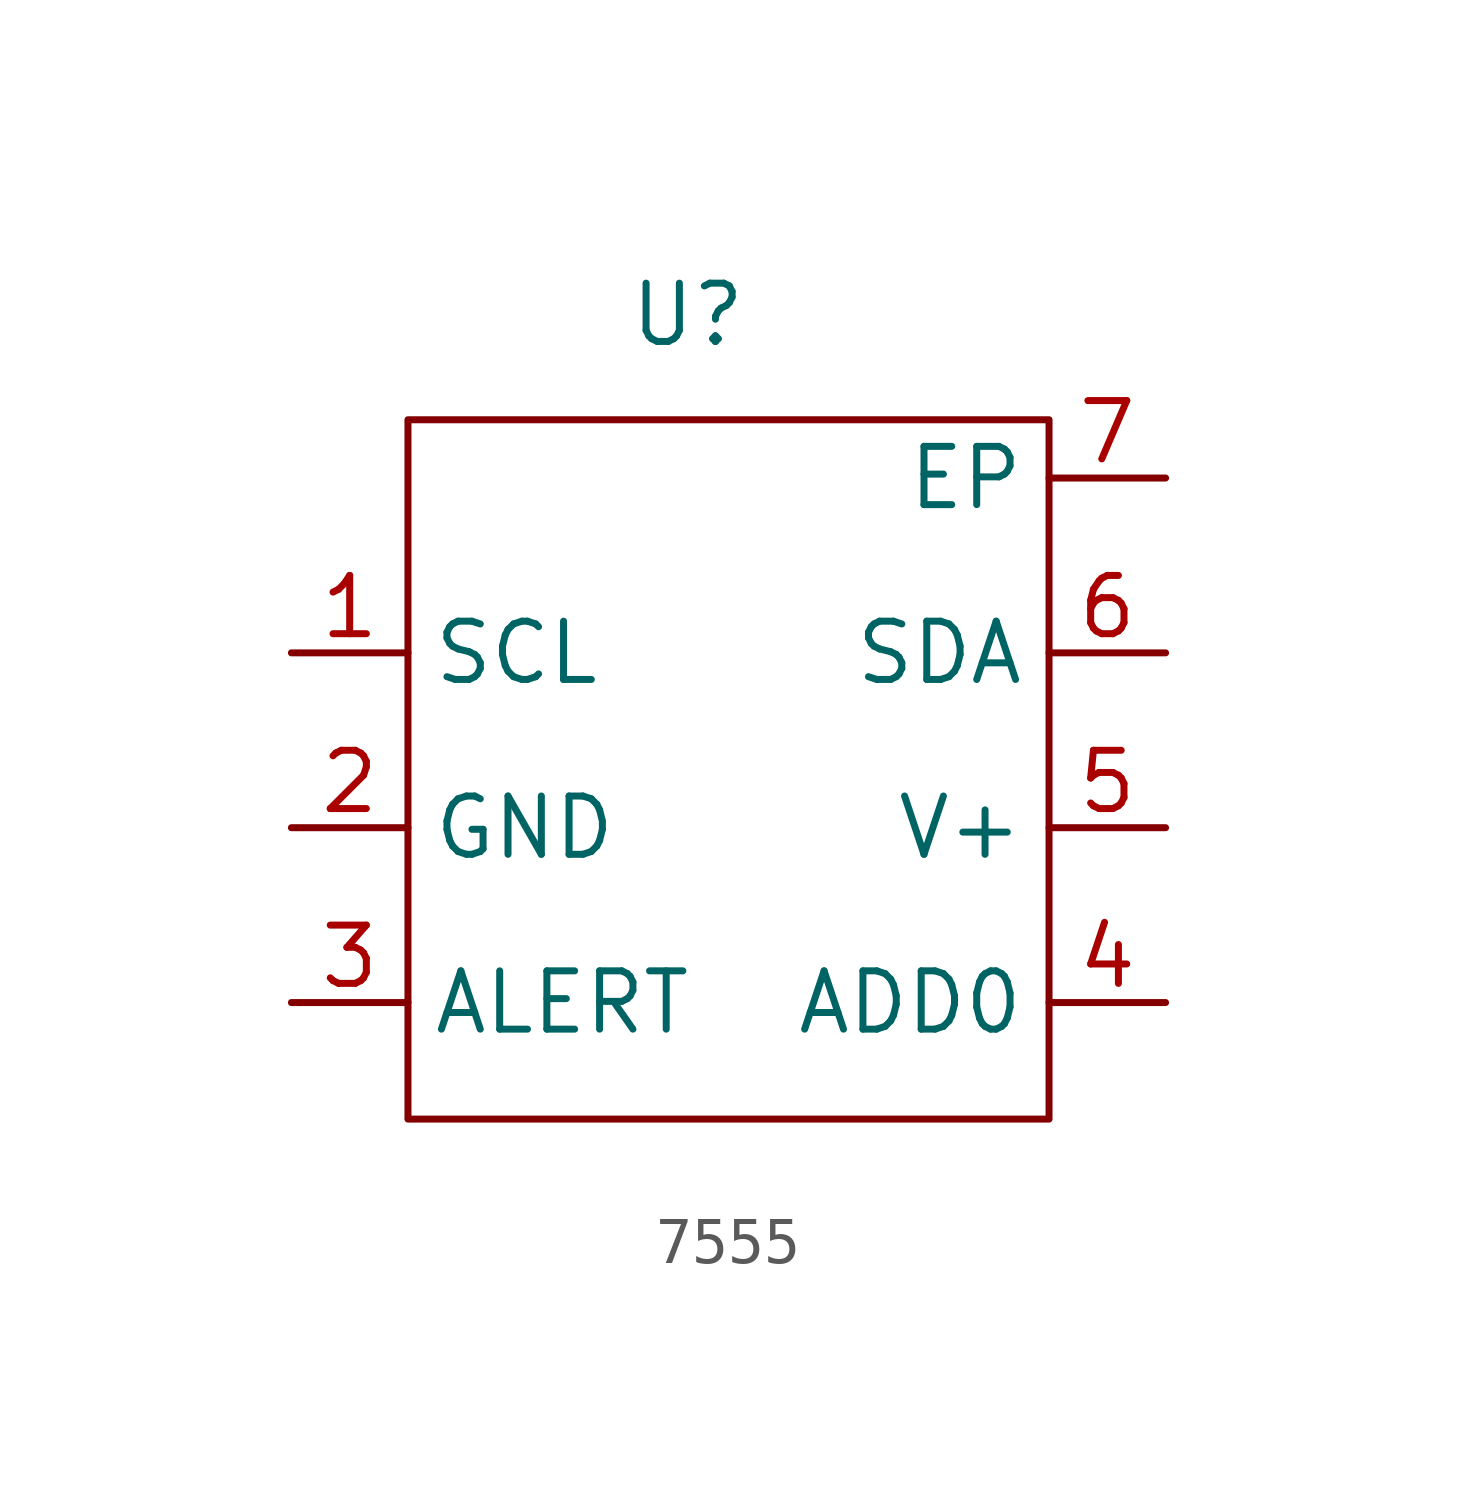
<source format=kicad_sym>
(kicad_symbol_lib
  (version 20241209)
  (generator "kicad_symbol_editor")
  (generator_version "9.0")
  (symbol "7555"
    (property "Reference" "U"
      (at -0.254 9.906 0)
      (effects (font (size 1.27 1.27))))
    (property "Value" ""
      (at 0 0 0)
      (effects (font (size 1.27 1.27))))
    (symbol "7555_0_1"
      (rectangle (start -6.35 7.62) (end 7.62 -7.62) (stroke (width 0) (type default)) (fill (type none))))
    (symbol "7555_1_1"
      (pin input line (at -8.89 2.54 0) (length 2.54) (name "SCL" (effects (font (size 1.27 1.27)))) (number "1" (effects (font (size 1.27 1.27)))))
      (pin output line (at -8.89 -1.27 0) (length 2.54) (name "GND" (effects (font (size 1.27 1.27)))) (number "2" (effects (font (size 1.27 1.27)))))
      (pin input line (at -8.89 -5.08 0) (length 2.54) (name "ALERT" (effects (font (size 1.27 1.27)))) (number "3" (effects (font (size 1.27 1.27)))))
      (pin input line (at 10.16 6.35 180) (length 2.54) (name "EP" (effects (font (size 1.27 1.27)))) (number "7" (effects (font (size 1.27 1.27)))))
      (pin input line (at 10.16 2.54 180) (length 2.54) (name "SDA" (effects (font (size 1.27 1.27)))) (number "6" (effects (font (size 1.27 1.27)))))
      (pin input line (at 10.16 -1.27 180) (length 2.54) (name "V+" (effects (font (size 1.27 1.27)))) (number "5" (effects (font (size 1.27 1.27)))))
      (pin input line (at 10.16 -5.08 180) (length 2.54) (name "ADD0" (effects (font (size 1.27 1.27)))) (number "4" (effects (font (size 1.27 1.27))))))))
</source>
